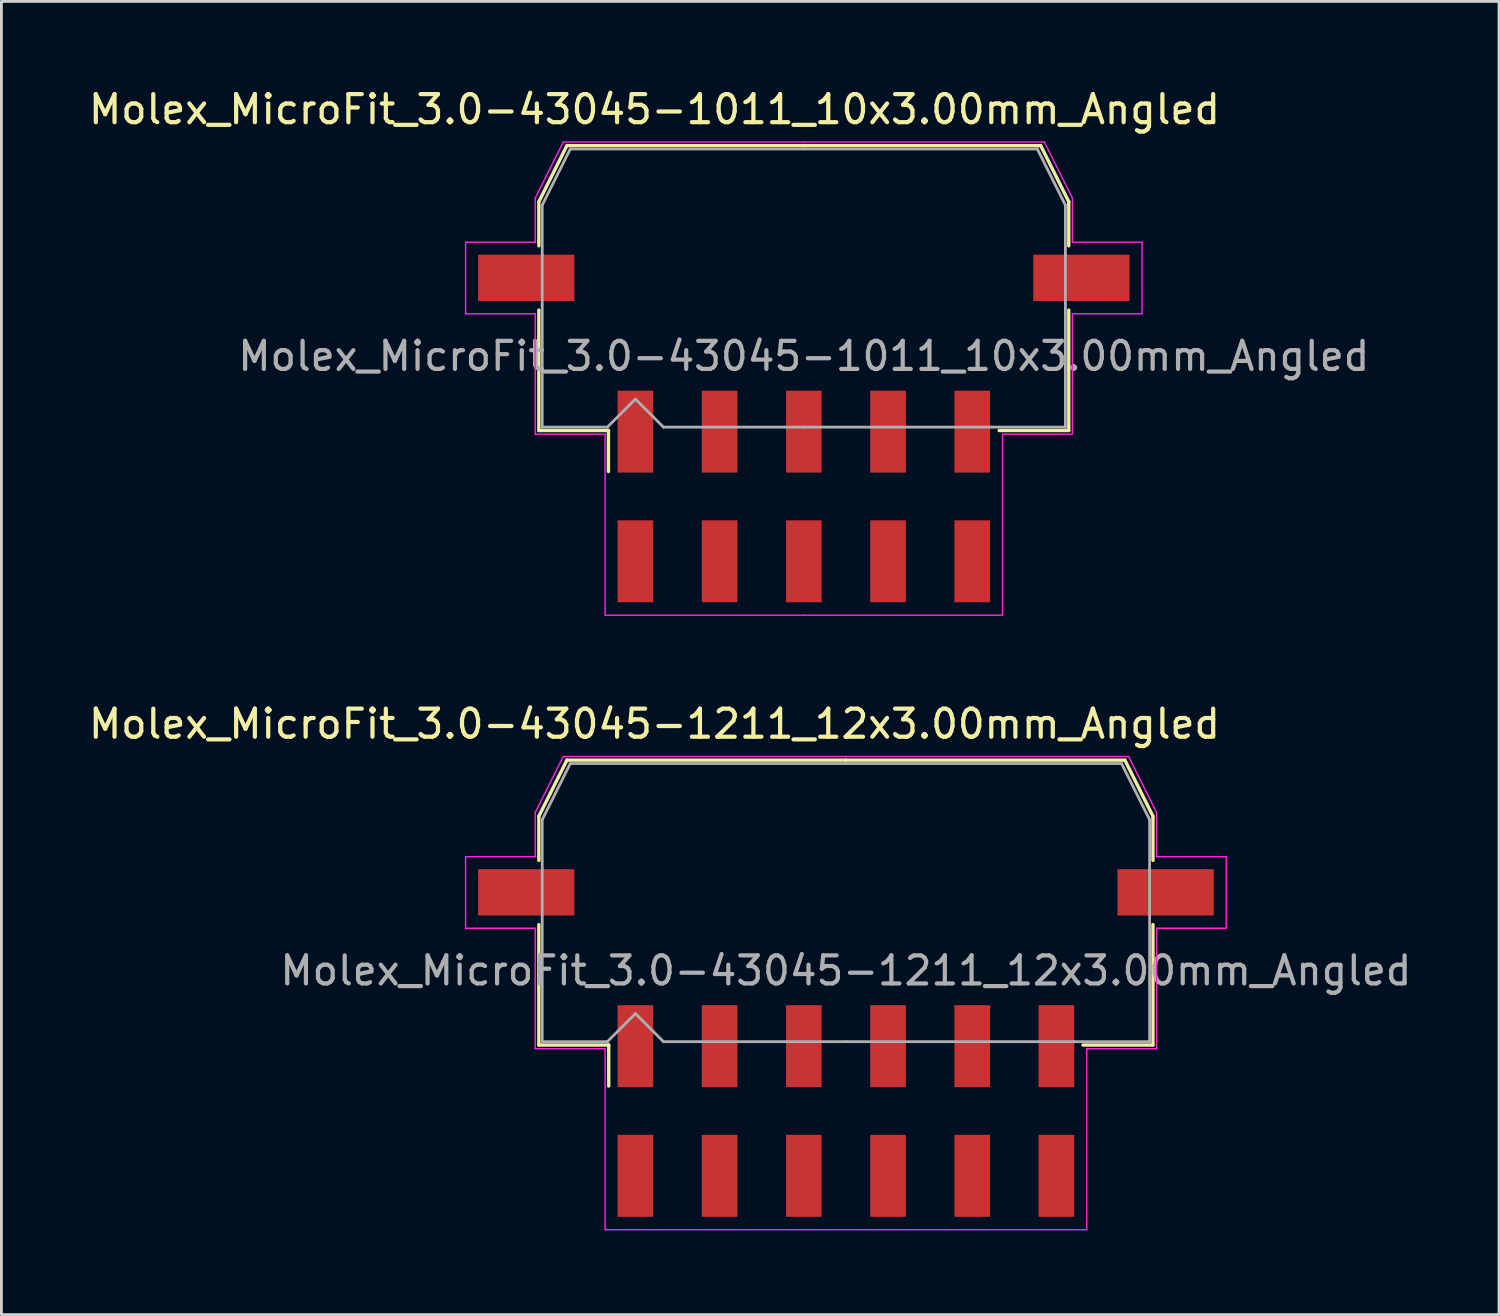
<source format=kicad_pcb>
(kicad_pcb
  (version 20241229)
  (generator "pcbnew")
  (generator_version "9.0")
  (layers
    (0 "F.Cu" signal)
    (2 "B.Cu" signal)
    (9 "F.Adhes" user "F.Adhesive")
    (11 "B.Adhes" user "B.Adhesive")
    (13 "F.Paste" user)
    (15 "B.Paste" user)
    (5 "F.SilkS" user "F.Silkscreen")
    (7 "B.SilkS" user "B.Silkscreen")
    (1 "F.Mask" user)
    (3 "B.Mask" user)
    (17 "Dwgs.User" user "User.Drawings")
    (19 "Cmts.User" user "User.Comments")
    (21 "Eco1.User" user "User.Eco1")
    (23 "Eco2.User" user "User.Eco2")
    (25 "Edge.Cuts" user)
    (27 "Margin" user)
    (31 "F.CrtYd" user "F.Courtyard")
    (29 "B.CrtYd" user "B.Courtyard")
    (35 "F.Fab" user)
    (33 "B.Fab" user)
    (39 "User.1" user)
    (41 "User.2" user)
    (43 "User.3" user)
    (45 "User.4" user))
  (footprint "Molex_MicroFit_3.0-43045-1211_12x3.00mm_Angled"
    (layer "F.Cu")
    (at 27.088 36.532)
    (property "Reference" "Molex_MicroFit_3.0-43045-1211_12x3.00mm_Angled" (at -6.82 -13.79 0) (layer "F.SilkS") (effects (font (size 1 1) (thickness 0.15))))
    (attr smd)
    (fp_line (start -10.94 -10.5) (end -10.94 -8.93) (stroke (width 0.12) (type solid)) (layer "F.SilkS"))
    (fp_line (start -10.94 -6.64) (end -10.94 -2.35) (stroke (width 0.12) (type solid)) (layer "F.SilkS"))
    (fp_line (start -10.94 -2.35) (end -8.45 -2.35) (stroke (width 0.12) (type solid)) (layer "F.SilkS"))
    (fp_line (start -9.94 -12.5) (end -10.94 -10.5) (stroke (width 0.12) (type solid)) (layer "F.SilkS"))
    (fp_line (start -8.45 -2.35) (end -8.45 -0.89) (stroke (width 0.12) (type solid)) (layer "F.SilkS"))
    (fp_line (start 0 -12.5) (end -9.94 -12.5) (stroke (width 0.12) (type solid)) (layer "F.SilkS"))
    (fp_line (start 0 -12.5) (end 9.94 -12.5) (stroke (width 0.12) (type solid)) (layer "F.SilkS"))
    (fp_line (start 9.94 -12.5) (end 10.94 -10.5) (stroke (width 0.12) (type solid)) (layer "F.SilkS"))
    (fp_line (start 10.94 -10.5) (end 10.94 -8.93) (stroke (width 0.12) (type solid)) (layer "F.SilkS"))
    (fp_line (start 10.94 -6.64) (end 10.94 -2.35) (stroke (width 0.12) (type solid)) (layer "F.SilkS"))
    (fp_line (start 10.94 -2.35) (end 8.45 -2.35) (stroke (width 0.12) (type solid)) (layer "F.SilkS"))
    (fp_line (start -13.55 -9.06) (end -13.55 -6.51) (stroke (width 0.05) (type solid)) (layer "F.CrtYd"))
    (fp_line (start -13.55 -6.51) (end -11.07 -6.51) (stroke (width 0.05) (type solid)) (layer "F.CrtYd"))
    (fp_line (start -11.07 -10.63) (end -11.07 -9.06) (stroke (width 0.05) (type solid)) (layer "F.CrtYd"))
    (fp_line (start -11.07 -9.06) (end -13.55 -9.06) (stroke (width 0.05) (type solid)) (layer "F.CrtYd"))
    (fp_line (start -11.07 -6.51) (end -11.07 -2.22) (stroke (width 0.05) (type solid)) (layer "F.CrtYd"))
    (fp_line (start -11.07 -2.22) (end -8.58 -2.22) (stroke (width 0.05) (type solid)) (layer "F.CrtYd"))
    (fp_line (start -10.07 -12.63) (end -11.07 -10.63) (stroke (width 0.05) (type solid)) (layer "F.CrtYd"))
    (fp_line (start -8.58 -2.22) (end -8.58 4.23) (stroke (width 0.05) (type solid)) (layer "F.CrtYd"))
    (fp_line (start -8.58 4.23) (end 0 4.23) (stroke (width 0.05) (type solid)) (layer "F.CrtYd"))
    (fp_line (start 0 -12.63) (end -10.07 -12.63) (stroke (width 0.05) (type solid)) (layer "F.CrtYd"))
    (fp_line (start 0 -12.63) (end 10.07 -12.63) (stroke (width 0.05) (type solid)) (layer "F.CrtYd"))
    (fp_line (start 8.58 -2.22) (end 8.58 4.23) (stroke (width 0.05) (type solid)) (layer "F.CrtYd"))
    (fp_line (start 8.58 4.23) (end 0 4.23) (stroke (width 0.05) (type solid)) (layer "F.CrtYd"))
    (fp_line (start 10.07 -12.63) (end 11.07 -10.63) (stroke (width 0.05) (type solid)) (layer "F.CrtYd"))
    (fp_line (start 11.07 -10.63) (end 11.07 -9.06) (stroke (width 0.05) (type solid)) (layer "F.CrtYd"))
    (fp_line (start 11.07 -9.06) (end 13.55 -9.06) (stroke (width 0.05) (type solid)) (layer "F.CrtYd"))
    (fp_line (start 11.07 -6.51) (end 11.07 -2.22) (stroke (width 0.05) (type solid)) (layer "F.CrtYd"))
    (fp_line (start 11.07 -2.22) (end 8.58 -2.22) (stroke (width 0.05) (type solid)) (layer "F.CrtYd"))
    (fp_line (start 13.55 -9.06) (end 13.55 -6.51) (stroke (width 0.05) (type solid)) (layer "F.CrtYd"))
    (fp_line (start 13.55 -6.51) (end 11.07 -6.51) (stroke (width 0.05) (type solid)) (layer "F.CrtYd"))
    (fp_line (start -10.82 -10.38) (end -10.82 -8.61) (stroke (width 0.1) (type solid)) (layer "F.Fab"))
    (fp_line (start -10.82 -8.61) (end -10.82 -2.47) (stroke (width 0.1) (type solid)) (layer "F.Fab"))
    (fp_line (start -10.82 -2.47) (end -8.5 -2.47) (stroke (width 0.1) (type solid)) (layer "F.Fab"))
    (fp_line (start -9.82 -12.38) (end -10.82 -10.38) (stroke (width 0.1) (type solid)) (layer "F.Fab"))
    (fp_line (start -8.5 -2.47) (end -7.5 -3.47) (stroke (width 0.1) (type solid)) (layer "F.Fab"))
    (fp_line (start -7.5 -3.47) (end -6.5 -2.47) (stroke (width 0.1) (type solid)) (layer "F.Fab"))
    (fp_line (start -6.5 -2.47) (end 0 -2.47) (stroke (width 0.1) (type solid)) (layer "F.Fab"))
    (fp_line (start 0 -12.38) (end -9.82 -12.38) (stroke (width 0.1) (type solid)) (layer "F.Fab"))
    (fp_line (start 0 -12.38) (end 9.82 -12.38) (stroke (width 0.1) (type solid)) (layer "F.Fab"))
    (fp_line (start 8.13 -2.47) (end 0 -2.47) (stroke (width 0.1) (type solid)) (layer "F.Fab"))
    (fp_line (start 9.82 -12.38) (end 10.82 -10.38) (stroke (width 0.1) (type solid)) (layer "F.Fab"))
    (fp_line (start 10.82 -10.38) (end 10.82 -8.61) (stroke (width 0.1) (type solid)) (layer "F.Fab"))
    (fp_line (start 10.82 -8.61) (end 10.82 -2.47) (stroke (width 0.1) (type solid)) (layer "F.Fab"))
    (fp_line (start 10.82 -2.47) (end 8.13 -2.47) (stroke (width 0.1) (type solid)) (layer "F.Fab"))
    (fp_text user "${REFERENCE}" (at 0 -5 0) (layer "F.Fab") (effects (font (size 1 1) (thickness 0.15))))
    (pad "" smd rect (at -11.39 -7.79) (size 3.43 1.65) (layers "F.Cu" "F.Mask" "F.Paste"))
    (pad "" smd rect (at 11.39 -7.79) (size 3.43 1.65) (layers "F.Cu" "F.Mask" "F.Paste"))
    (pad "1" smd rect (at -7.5 -2.31) (size 1.27 2.92) (layers "F.Cu" "F.Mask" "F.Paste"))
    (pad "2" smd rect (at -4.5 -2.31) (size 1.27 2.92) (layers "F.Cu" "F.Mask" "F.Paste"))
    (pad "3" smd rect (at -1.5 -2.31) (size 1.27 2.92) (layers "F.Cu" "F.Mask" "F.Paste"))
    (pad "4" smd rect (at 1.5 -2.31) (size 1.27 2.92) (layers "F.Cu" "F.Mask" "F.Paste"))
    (pad "5" smd rect (at 4.5 -2.31) (size 1.27 2.92) (layers "F.Cu" "F.Mask" "F.Paste"))
    (pad "6" smd rect (at 7.5 -2.31) (size 1.27 2.92) (layers "F.Cu" "F.Mask" "F.Paste"))
    (pad "7" smd rect (at 7.5 2.31) (size 1.27 2.92) (layers "F.Cu" "F.Mask" "F.Paste"))
    (pad "8" smd rect (at 4.5 2.31) (size 1.27 2.92) (layers "F.Cu" "F.Mask" "F.Paste"))
    (pad "9" smd rect (at 1.5 2.31) (size 1.27 2.92) (layers "F.Cu" "F.Mask" "F.Paste"))
    (pad "10" smd rect (at -1.5 2.31) (size 1.27 2.92) (layers "F.Cu" "F.Mask" "F.Paste"))
    (pad "11" smd rect (at -4.5 2.31) (size 1.27 2.92) (layers "F.Cu" "F.Mask" "F.Paste"))
    (pad "12" smd rect (at -7.5 2.31) (size 1.27 2.92) (layers "F.Cu" "F.Mask" "F.Paste")))
  (footprint "Molex_MicroFit_3.0-43045-1011_10x3.00mm_Angled"
    (layer "F.Cu")
    (at 25.588 14.638)
    (property "Reference" "Molex_MicroFit_3.0-43045-1011_10x3.00mm_Angled" (at -5.32 -13.79 0) (layer "F.SilkS") (effects (font (size 1 1) (thickness 0.15))))
    (attr smd)
    (fp_line (start -9.44 -10.5) (end -9.44 -8.93) (stroke (width 0.12) (type solid)) (layer "F.SilkS"))
    (fp_line (start -9.44 -6.64) (end -9.44 -2.35) (stroke (width 0.12) (type solid)) (layer "F.SilkS"))
    (fp_line (start -9.44 -2.35) (end -6.96 -2.35) (stroke (width 0.12) (type solid)) (layer "F.SilkS"))
    (fp_line (start -8.44 -12.5) (end -9.44 -10.5) (stroke (width 0.12) (type solid)) (layer "F.SilkS"))
    (fp_line (start -6.96 -2.35) (end -6.96 -0.89) (stroke (width 0.12) (type solid)) (layer "F.SilkS"))
    (fp_line (start 0 -12.5) (end -8.44 -12.5) (stroke (width 0.12) (type solid)) (layer "F.SilkS"))
    (fp_line (start 0 -12.5) (end 8.44 -12.5) (stroke (width 0.12) (type solid)) (layer "F.SilkS"))
    (fp_line (start 8.44 -12.5) (end 9.44 -10.5) (stroke (width 0.12) (type solid)) (layer "F.SilkS"))
    (fp_line (start 9.44 -10.5) (end 9.44 -8.93) (stroke (width 0.12) (type solid)) (layer "F.SilkS"))
    (fp_line (start 9.44 -6.64) (end 9.44 -2.35) (stroke (width 0.12) (type solid)) (layer "F.SilkS"))
    (fp_line (start 9.44 -2.35) (end 6.96 -2.35) (stroke (width 0.12) (type solid)) (layer "F.SilkS"))
    (fp_line (start -12.05 -9.06) (end -12.05 -6.51) (stroke (width 0.05) (type solid)) (layer "F.CrtYd"))
    (fp_line (start -12.05 -6.51) (end -9.57 -6.51) (stroke (width 0.05) (type solid)) (layer "F.CrtYd"))
    (fp_line (start -9.57 -10.63) (end -9.57 -9.06) (stroke (width 0.05) (type solid)) (layer "F.CrtYd"))
    (fp_line (start -9.57 -9.06) (end -12.05 -9.06) (stroke (width 0.05) (type solid)) (layer "F.CrtYd"))
    (fp_line (start -9.57 -6.51) (end -9.57 -2.22) (stroke (width 0.05) (type solid)) (layer "F.CrtYd"))
    (fp_line (start -9.57 -2.22) (end -7.08 -2.22) (stroke (width 0.05) (type solid)) (layer "F.CrtYd"))
    (fp_line (start -8.57 -12.63) (end -9.57 -10.63) (stroke (width 0.05) (type solid)) (layer "F.CrtYd"))
    (fp_line (start -7.08 -2.22) (end -7.08 4.23) (stroke (width 0.05) (type solid)) (layer "F.CrtYd"))
    (fp_line (start -7.08 4.23) (end 0 4.23) (stroke (width 0.05) (type solid)) (layer "F.CrtYd"))
    (fp_line (start 0 -12.63) (end -8.57 -12.63) (stroke (width 0.05) (type solid)) (layer "F.CrtYd"))
    (fp_line (start 0 -12.63) (end 8.57 -12.63) (stroke (width 0.05) (type solid)) (layer "F.CrtYd"))
    (fp_line (start 7.08 -2.22) (end 7.08 4.23) (stroke (width 0.05) (type solid)) (layer "F.CrtYd"))
    (fp_line (start 7.08 4.23) (end 0 4.23) (stroke (width 0.05) (type solid)) (layer "F.CrtYd"))
    (fp_line (start 8.57 -12.63) (end 9.57 -10.63) (stroke (width 0.05) (type solid)) (layer "F.CrtYd"))
    (fp_line (start 9.57 -10.63) (end 9.57 -9.06) (stroke (width 0.05) (type solid)) (layer "F.CrtYd"))
    (fp_line (start 9.57 -9.06) (end 12.05 -9.06) (stroke (width 0.05) (type solid)) (layer "F.CrtYd"))
    (fp_line (start 9.57 -6.51) (end 9.57 -2.22) (stroke (width 0.05) (type solid)) (layer "F.CrtYd"))
    (fp_line (start 9.57 -2.22) (end 7.08 -2.22) (stroke (width 0.05) (type solid)) (layer "F.CrtYd"))
    (fp_line (start 12.05 -9.06) (end 12.05 -6.51) (stroke (width 0.05) (type solid)) (layer "F.CrtYd"))
    (fp_line (start 12.05 -6.51) (end 9.57 -6.51) (stroke (width 0.05) (type solid)) (layer "F.CrtYd"))
    (fp_line (start -9.32 -10.38) (end -9.32 -8.61) (stroke (width 0.1) (type solid)) (layer "F.Fab"))
    (fp_line (start -9.32 -8.61) (end -9.32 -2.47) (stroke (width 0.1) (type solid)) (layer "F.Fab"))
    (fp_line (start -9.32 -2.47) (end -7 -2.47) (stroke (width 0.1) (type solid)) (layer "F.Fab"))
    (fp_line (start -8.32 -12.38) (end -9.32 -10.38) (stroke (width 0.1) (type solid)) (layer "F.Fab"))
    (fp_line (start -7 -2.47) (end -6 -3.47) (stroke (width 0.1) (type solid)) (layer "F.Fab"))
    (fp_line (start -6 -3.47) (end -5 -2.47) (stroke (width 0.1) (type solid)) (layer "F.Fab"))
    (fp_line (start -5 -2.47) (end 0 -2.47) (stroke (width 0.1) (type solid)) (layer "F.Fab"))
    (fp_line (start 0 -12.38) (end -8.32 -12.38) (stroke (width 0.1) (type solid)) (layer "F.Fab"))
    (fp_line (start 0 -12.38) (end 8.32 -12.38) (stroke (width 0.1) (type solid)) (layer "F.Fab"))
    (fp_line (start 6.63 -2.47) (end 0 -2.47) (stroke (width 0.1) (type solid)) (layer "F.Fab"))
    (fp_line (start 8.32 -12.38) (end 9.32 -10.38) (stroke (width 0.1) (type solid)) (layer "F.Fab"))
    (fp_line (start 9.32 -10.38) (end 9.32 -8.61) (stroke (width 0.1) (type solid)) (layer "F.Fab"))
    (fp_line (start 9.32 -8.61) (end 9.32 -2.47) (stroke (width 0.1) (type solid)) (layer "F.Fab"))
    (fp_line (start 9.32 -2.47) (end 6.63 -2.47) (stroke (width 0.1) (type solid)) (layer "F.Fab"))
    (fp_text user "${REFERENCE}" (at 0 -5 0) (layer "F.Fab") (effects (font (size 1 1) (thickness 0.15))))
    (pad "" smd rect (at -9.89 -7.79) (size 3.43 1.65) (layers "F.Cu" "F.Mask" "F.Paste"))
    (pad "" smd rect (at 9.89 -7.79) (size 3.43 1.65) (layers "F.Cu" "F.Mask" "F.Paste"))
    (pad "1" smd rect (at -6 -2.31) (size 1.27 2.92) (layers "F.Cu" "F.Mask" "F.Paste"))
    (pad "2" smd rect (at -3 -2.31) (size 1.27 2.92) (layers "F.Cu" "F.Mask" "F.Paste"))
    (pad "3" smd rect (at 0 -2.31) (size 1.27 2.92) (layers "F.Cu" "F.Mask" "F.Paste"))
    (pad "4" smd rect (at 3 -2.31) (size 1.27 2.92) (layers "F.Cu" "F.Mask" "F.Paste"))
    (pad "5" smd rect (at 6 -2.31) (size 1.27 2.92) (layers "F.Cu" "F.Mask" "F.Paste"))
    (pad "6" smd rect (at 6 2.31) (size 1.27 2.92) (layers "F.Cu" "F.Mask" "F.Paste"))
    (pad "7" smd rect (at 3 2.31) (size 1.27 2.92) (layers "F.Cu" "F.Mask" "F.Paste"))
    (pad "8" smd rect (at 0 2.31) (size 1.27 2.92) (layers "F.Cu" "F.Mask" "F.Paste"))
    (pad "9" smd rect (at -3 2.31) (size 1.27 2.92) (layers "F.Cu" "F.Mask" "F.Paste"))
    (pad "10" smd rect (at -6 2.31) (size 1.27 2.92) (layers "F.Cu" "F.Mask" "F.Paste")))
  (gr_rect
    (start -3 -3)
    (end 50.356 43.786)
    (stroke (width 0.1) (type default))
    (fill no)
    (layer "Edge.Cuts")))
</source>
